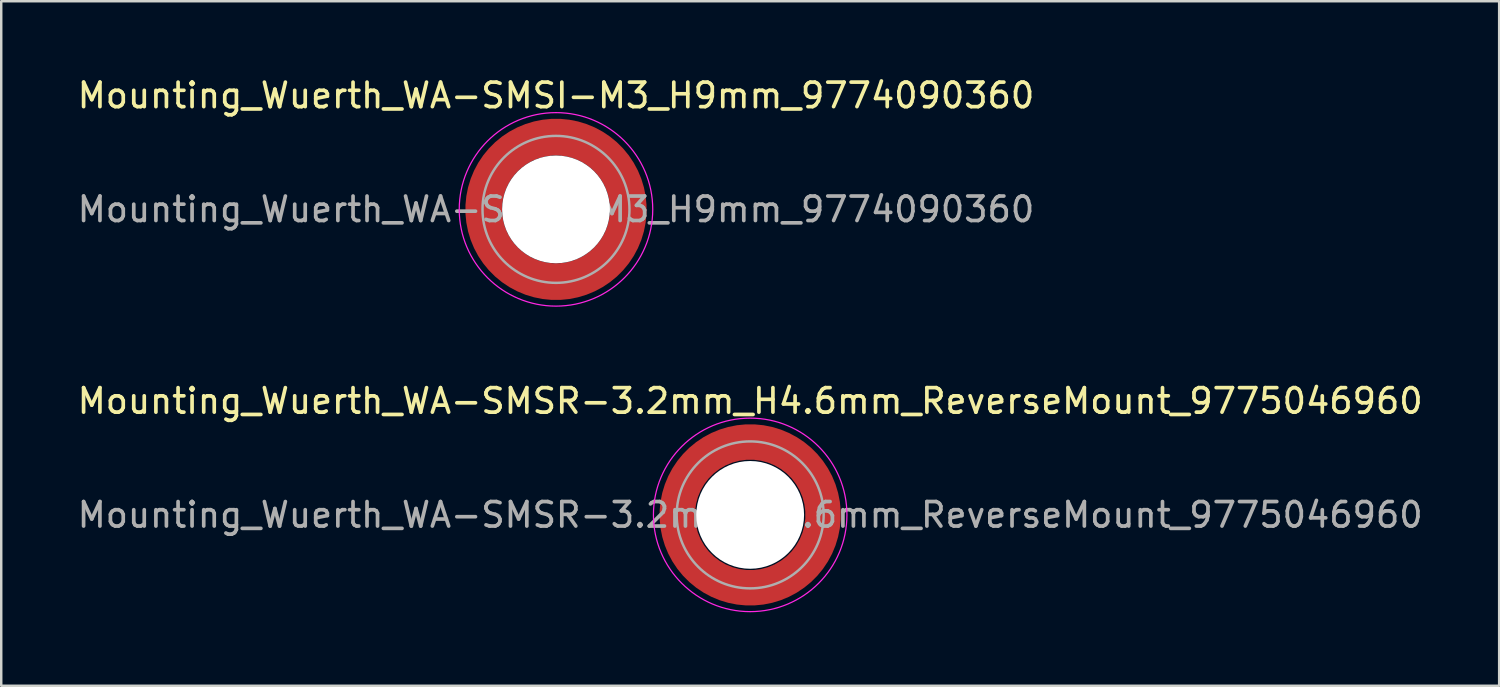
<source format=kicad_pcb>
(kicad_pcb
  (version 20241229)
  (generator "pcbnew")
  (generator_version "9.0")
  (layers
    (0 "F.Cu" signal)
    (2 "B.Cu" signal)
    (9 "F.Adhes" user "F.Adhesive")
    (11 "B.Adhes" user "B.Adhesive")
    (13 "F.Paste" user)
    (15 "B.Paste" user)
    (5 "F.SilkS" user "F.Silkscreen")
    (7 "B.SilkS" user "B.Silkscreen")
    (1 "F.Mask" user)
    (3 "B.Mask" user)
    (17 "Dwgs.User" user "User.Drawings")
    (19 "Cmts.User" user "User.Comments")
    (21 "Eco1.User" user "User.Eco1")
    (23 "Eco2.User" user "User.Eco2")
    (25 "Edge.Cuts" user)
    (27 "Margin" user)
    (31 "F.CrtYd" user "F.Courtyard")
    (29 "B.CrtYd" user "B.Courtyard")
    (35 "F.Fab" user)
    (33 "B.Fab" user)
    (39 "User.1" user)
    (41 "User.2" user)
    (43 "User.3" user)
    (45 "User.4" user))
  (footprint "Mounting_Wuerth_WA-SMSI-M3_H9mm_9774090360"
    (layer "F.Cu")
    (at 19.649 5.498)
    (property "Reference" "Mounting_Wuerth_WA-SMSI-M3_H9mm_9774090360" (at 0 -4.65 0) (layer "F.SilkS") (effects (font (size 1 1) (thickness 0.15))))
    (property "Mouser Part no." "" (at 0 0 0) (layer "F.Fab") (effects (font (size 1.27 1.27) (thickness 0.15))))
    (property "Mouser link" "" (at 0 0 0) (layer "F.Fab") (effects (font (size 1.27 1.27) (thickness 0.15))))
    (attr smd)
    (fp_circle (center 0 0) (end 3.95 0) (stroke (width 0.05) (type solid)) (fill no) (layer "F.CrtYd"))
    (fp_circle (center 0 0) (end 3 0) (stroke (width 0.1) (type solid)) (fill no) (layer "F.Fab"))
    (fp_text user "${REFERENCE}" (at 0 0 0) (layer "F.Fab") (effects (font (size 1 1) (thickness 0.15))))
    (pad "" smd custom (at -2.058 -2.058) (size 0.7 0.7) (layers "F.Paste") (options (anchor circle)) (primitives (gr_arc (start -0.377294 1.707681) (mid 0.317579 0.318817) (end 1.705947 -0.377044) (width 0.2)) (gr_arc (start -0.478281 1.707681) (mid 0.246161 0.248814) (end 1.703965 -0.477765) (width 0.2)) (gr_arc (start -0.579192 1.707681) (mid 0.175492 0.178063) (end 1.704077 -0.578711) (width 0.2)) (gr_arc (start -0.680037 1.707681) (mid 0.105568 0.106564) (end 1.706284 -0.679858) (width 0.2)) (gr_arc (start -0.780822 1.707681) (mid 0.034627 0.036085) (end 1.705634 -0.780569) (width 0.2)) (gr_arc (start -0.881554 1.707681) (mid -0.035694 -0.035016) (end 1.706729 -0.881441) (width 0.2)) (gr_arc (start -0.982237 1.707681) (mid -0.107281 -0.10485) (end 1.704266 -0.981842) (width 0.2)) (gr_arc (start -1.082877 1.707681) (mid -0.178372 -0.175181) (end 1.703197 -1.082374) (width 0.2)) (gr_arc (start -1.183476 1.707681) (mid -0.248964 -0.246008) (end 1.703525 -1.183025) (width 0.2)) (gr_arc (start -1.28404 1.707681) (mid -0.319062 -0.317333) (end 1.70525 -1.283784) (width 0.2)) (gr_line (start 1.708 -0.377) (end 1.708 -1.284) (width 0.2)) (gr_line (start -0.377 1.708) (end -1.284 1.708) (width 0.2))))
    (pad "" smd custom (at -2.058 2.058) (size 0.7 0.7) (layers "F.Paste") (options (anchor circle)) (primitives (gr_arc (start 1.707681 0.377294) (mid 0.318817 -0.317579) (end -0.377044 -1.705947) (width 0.2)) (gr_arc (start 1.707681 0.478281) (mid 0.248814 -0.246161) (end -0.477765 -1.703965) (width 0.2)) (gr_arc (start 1.707681 0.579192) (mid 0.178063 -0.175492) (end -0.578711 -1.704077) (width 0.2)) (gr_arc (start 1.707681 0.680037) (mid 0.106564 -0.105568) (end -0.679858 -1.706284) (width 0.2)) (gr_arc (start 1.707681 0.780822) (mid 0.036085 -0.034627) (end -0.780569 -1.705634) (width 0.2)) (gr_arc (start 1.707681 0.881554) (mid -0.035016 0.035694) (end -0.881441 -1.706729) (width 0.2)) (gr_arc (start 1.707681 0.982237) (mid -0.10485 0.107281) (end -0.981842 -1.704266) (width 0.2)) (gr_arc (start 1.707681 1.082877) (mid -0.175181 0.178372) (end -1.082374 -1.703197) (width 0.2)) (gr_arc (start 1.707681 1.183476) (mid -0.246008 0.248964) (end -1.183025 -1.703525) (width 0.2)) (gr_arc (start 1.707681 1.28404) (mid -0.317333 0.319062) (end -1.283784 -1.70525) (width 0.2)) (gr_line (start -0.377 -1.708) (end -1.284 -1.708) (width 0.2)) (gr_line (start 1.708 0.377) (end 1.708 1.284) (width 0.2))))
    (pad "" np_thru_hole circle (at 0 0) (size 4.4 4.4) (drill 4.4) (layers "*.Cu" "*.Mask"))
    (pad "" smd custom (at 2.058 -2.058) (size 0.7 0.7) (layers "F.Paste") (options (anchor circle)) (primitives (gr_arc (start -1.707681 -0.377294) (mid -0.318817 0.317579) (end 0.377044 1.705947) (width 0.2)) (gr_arc (start -1.707681 -0.478281) (mid -0.248814 0.246161) (end 0.477765 1.703965) (width 0.2)) (gr_arc (start -1.707681 -0.579192) (mid -0.178063 0.175492) (end 0.578711 1.704077) (width 0.2)) (gr_arc (start -1.707681 -0.680037) (mid -0.106564 0.105568) (end 0.679858 1.706284) (width 0.2)) (gr_arc (start -1.707681 -0.780822) (mid -0.036085 0.034627) (end 0.780569 1.705634) (width 0.2)) (gr_arc (start -1.707681 -0.881554) (mid 0.035016 -0.035694) (end 0.881441 1.706729) (width 0.2)) (gr_arc (start -1.707681 -0.982237) (mid 0.10485 -0.107281) (end 0.981842 1.704266) (width 0.2)) (gr_arc (start -1.707681 -1.082877) (mid 0.175181 -0.178372) (end 1.082374 1.703197) (width 0.2)) (gr_arc (start -1.707681 -1.183476) (mid 0.246008 -0.248964) (end 1.183025 1.703525) (width 0.2)) (gr_arc (start -1.707681 -1.28404) (mid 0.317333 -0.319062) (end 1.283784 1.70525) (width 0.2)) (gr_line (start 0.377 1.708) (end 1.284 1.708) (width 0.2)) (gr_line (start -1.708 -0.377) (end -1.708 -1.284) (width 0.2))))
    (pad "" smd custom (at 2.058 2.058) (size 0.7 0.7) (layers "F.Paste") (options (anchor circle)) (primitives (gr_arc (start 0.377294 -1.707681) (mid -0.317579 -0.318817) (end -1.705947 0.377044) (width 0.2)) (gr_arc (start 0.478281 -1.707681) (mid -0.246161 -0.248814) (end -1.703965 0.477765) (width 0.2)) (gr_arc (start 0.579192 -1.707681) (mid -0.175492 -0.178063) (end -1.704077 0.578711) (width 0.2)) (gr_arc (start 0.680037 -1.707681) (mid -0.105568 -0.106564) (end -1.706284 0.679858) (width 0.2)) (gr_arc (start 0.780822 -1.707681) (mid -0.034627 -0.036085) (end -1.705634 0.780569) (width 0.2)) (gr_arc (start 0.881554 -1.707681) (mid 0.035694 0.035016) (end -1.706729 0.881441) (width 0.2)) (gr_arc (start 0.982237 -1.707681) (mid 0.107281 0.10485) (end -1.704266 0.981842) (width 0.2)) (gr_arc (start 1.082877 -1.707681) (mid 0.178372 0.175181) (end -1.703197 1.082374) (width 0.2)) (gr_arc (start 1.183476 -1.707681) (mid 0.248964 0.246008) (end -1.703525 1.183025) (width 0.2)) (gr_arc (start 1.28404 -1.707681) (mid 0.319062 0.317333) (end -1.70525 1.283784) (width 0.2)) (gr_line (start -1.708 0.377) (end -1.708 1.284) (width 0.2)) (gr_line (start 0.377 -1.708) (end 1.284 -1.708) (width 0.2))))
    (pad "1" smd circle (at -2.95 0) (size 1.1 1.1) (layers "F.Cu"))
    (pad "1" smd circle (at 0 -2.95) (size 1.1 1.1) (layers "F.Cu"))
    (pad "1" smd circle (at 0 2.95) (size 1.1 1.1) (layers "F.Cu"))
    (pad "1" smd custom (at 2.95 0) (size 1.1 1.1) (layers "F.Cu" "F.Mask") (options (anchor circle)) (primitives (gr_circle (center -2.95 0) (end 0 0) (width 1.5) (fill no)))))
  (footprint "Mounting_Wuerth_WA-SMSR-3.2mm_H4.6mm_ReverseMount_9775046960"
    (layer "F.Cu")
    (at 27.577 17.971)
    (property "Reference" "Mounting_Wuerth_WA-SMSR-3.2mm_H4.6mm_ReverseMount_9775046960" (at 0 -4.65 0) (layer "F.SilkS") (effects (font (size 1 1) (thickness 0.15))))
    (property "Mouser Part no." "" (at 0 0 0) (layer "F.Fab") (effects (font (size 1.27 1.27) (thickness 0.15))))
    (property "Mouser link" "" (at 0 0 0) (layer "F.Fab") (effects (font (size 1.27 1.27) (thickness 0.15))))
    (attr smd)
    (fp_circle (center 0 0) (end 3.95 0) (stroke (width 0.05) (type solid)) (fill no) (layer "F.CrtYd"))
    (fp_circle (center 0 0) (end 3 0) (stroke (width 0.1) (type solid)) (fill no) (layer "F.Fab"))
    (fp_text user "${REFERENCE}" (at 0 0 0) (layer "F.Fab") (effects (font (size 1 1) (thickness 0.15))))
    (pad "" smd custom (at -2.095 -2.095) (size 0.945 0.945) (layers "F.Paste") (options (anchor circle)) (primitives (gr_arc (start -0.24231 1.594804) (mid 0.404104 0.405534) (end 1.592827 -0.241886) (width 0.2)) (gr_arc (start -0.3398 1.594804) (mid 0.335987 0.338711) (end 1.591031 -0.339022) (width 0.2)) (gr_arc (start -0.437132 1.594804) (mid 0.268952 0.270807) (end 1.592231 -0.436623) (width 0.2)) (gr_arc (start -0.534324 1.594804) (mid 0.201345 0.203474) (end 1.591846 -0.53376) (width 0.2)) (gr_arc (start -0.631391 1.594804) (mid 0.134696 0.135183) (end 1.594126 -0.631267) (width 0.2)) (gr_arc (start -0.728345 1.594804) (mid 0.067234 0.067705) (end 1.594149 -0.728229) (width 0.2)) (gr_arc (start -0.825197 1.594804) (mid -0.001218 0.001219) (end 1.591408 -0.824614) (width 0.2)) (gr_arc (start -0.921958 1.594804) (mid -0.068952 -0.065985) (end 1.590665 -0.921269) (width 0.2)) (gr_arc (start -1.018637 1.594804) (mid -0.135972 -0.133907) (end 1.59192 -1.018172) (width 0.2)) (gr_arc (start -1.115239 1.594804) (mid -0.20428 -0.200537) (end 1.589574 -1.11442) (width 0.2)) (gr_arc (start -1.211773 1.594804) (mid -0.26993 -0.269828) (end 1.594662 -1.211751) (width 0.2)) (gr_arc (start -1.308244 1.594804) (mid -0.33911 -0.335587) (end 1.589875 -1.307516) (width 0.2)) (gr_arc (start -1.404657 1.594804) (mid -0.405633 -0.404004) (end 1.592524 -1.404331) (width 0.2)) (gr_arc (start -1.404657 1.594804) (mid -0.405633 -0.404004) (end 1.592524 -1.404331) (width 0.2)) (gr_line (start 1.595 -0.242) (end 1.595 -1.405) (width 0.2)) (gr_line (start -0.242 1.595) (end -1.405 1.595) (width 0.2))))
    (pad "" smd custom (at -2.095 2.095) (size 0.945 0.945) (layers "F.Paste") (options (anchor circle)) (primitives (gr_arc (start 1.594804 0.24231) (mid 0.405534 -0.404104) (end -0.241886 -1.592827) (width 0.2)) (gr_arc (start 1.594804 0.3398) (mid 0.338711 -0.335987) (end -0.339022 -1.591031) (width 0.2)) (gr_arc (start 1.594804 0.437132) (mid 0.270807 -0.268952) (end -0.436623 -1.592231) (width 0.2)) (gr_arc (start 1.594804 0.534324) (mid 0.203474 -0.201345) (end -0.53376 -1.591846) (width 0.2)) (gr_arc (start 1.594804 0.631391) (mid 0.135183 -0.134696) (end -0.631267 -1.594126) (width 0.2)) (gr_arc (start 1.594804 0.728345) (mid 0.067705 -0.067234) (end -0.728229 -1.594149) (width 0.2)) (gr_arc (start 1.594804 0.825197) (mid 0.001219 0.001218) (end -0.824614 -1.591408) (width 0.2)) (gr_arc (start 1.594804 0.921958) (mid -0.065985 0.068952) (end -0.921269 -1.590665) (width 0.2)) (gr_arc (start 1.594804 1.018637) (mid -0.133907 0.135972) (end -1.018172 -1.59192) (width 0.2)) (gr_arc (start 1.594804 1.115239) (mid -0.200537 0.20428) (end -1.11442 -1.589574) (width 0.2)) (gr_arc (start 1.594804 1.211773) (mid -0.269828 0.26993) (end -1.211751 -1.594662) (width 0.2)) (gr_arc (start 1.594804 1.308244) (mid -0.335587 0.33911) (end -1.307516 -1.589875) (width 0.2)) (gr_arc (start 1.594804 1.404657) (mid -0.404004 0.405633) (end -1.404331 -1.592524) (width 0.2)) (gr_arc (start 1.594804 1.404657) (mid -0.404004 0.405633) (end -1.404331 -1.592524) (width 0.2)) (gr_line (start -0.242 -1.595) (end -1.405 -1.595) (width 0.2)) (gr_line (start 1.595 0.242) (end 1.595 1.405) (width 0.2))))
    (pad "" np_thru_hole circle (at 0 0) (size 4.4 4.4) (drill 4.4) (layers "*.Cu" "*.Mask"))
    (pad "" smd custom (at 2.095 -2.095) (size 0.945 0.945) (layers "F.Paste") (options (anchor circle)) (primitives (gr_arc (start -1.594804 -0.24231) (mid -0.405534 0.404104) (end 0.241886 1.592827) (width 0.2)) (gr_arc (start -1.594804 -0.3398) (mid -0.338711 0.335987) (end 0.339022 1.591031) (width 0.2)) (gr_arc (start -1.594804 -0.437132) (mid -0.270807 0.268952) (end 0.436623 1.592231) (width 0.2)) (gr_arc (start -1.594804 -0.534324) (mid -0.203474 0.201345) (end 0.53376 1.591846) (width 0.2)) (gr_arc (start -1.594804 -0.631391) (mid -0.135183 0.134696) (end 0.631267 1.594126) (width 0.2)) (gr_arc (start -1.594804 -0.728345) (mid -0.067705 0.067234) (end 0.728229 1.594149) (width 0.2)) (gr_arc (start -1.594804 -0.825197) (mid -0.001219 -0.001218) (end 0.824614 1.591408) (width 0.2)) (gr_arc (start -1.594804 -0.921958) (mid 0.065985 -0.068952) (end 0.921269 1.590665) (width 0.2)) (gr_arc (start -1.594804 -1.018637) (mid 0.133907 -0.135972) (end 1.018172 1.59192) (width 0.2)) (gr_arc (start -1.594804 -1.115239) (mid 0.200537 -0.20428) (end 1.11442 1.589574) (width 0.2)) (gr_arc (start -1.594804 -1.211773) (mid 0.269828 -0.26993) (end 1.211751 1.594662) (width 0.2)) (gr_arc (start -1.594804 -1.308244) (mid 0.335587 -0.33911) (end 1.307516 1.589875) (width 0.2)) (gr_arc (start -1.594804 -1.404657) (mid 0.404004 -0.405633) (end 1.404331 1.592524) (width 0.2)) (gr_arc (start -1.594804 -1.404657) (mid 0.404004 -0.405633) (end 1.404331 1.592524) (width 0.2)) (gr_line (start 0.242 1.595) (end 1.405 1.595) (width 0.2)) (gr_line (start -1.595 -0.242) (end -1.595 -1.405) (width 0.2))))
    (pad "" smd custom (at 2.095 2.095) (size 0.945 0.945) (layers "F.Paste") (options (anchor circle)) (primitives (gr_arc (start 0.24231 -1.594804) (mid -0.404104 -0.405534) (end -1.592827 0.241886) (width 0.2)) (gr_arc (start 0.3398 -1.594804) (mid -0.335987 -0.338711) (end -1.591031 0.339022) (width 0.2)) (gr_arc (start 0.437132 -1.594804) (mid -0.268952 -0.270807) (end -1.592231 0.436623) (width 0.2)) (gr_arc (start 0.534324 -1.594804) (mid -0.201345 -0.203474) (end -1.591846 0.53376) (width 0.2)) (gr_arc (start 0.631391 -1.594804) (mid -0.134696 -0.135183) (end -1.594126 0.631267) (width 0.2)) (gr_arc (start 0.728345 -1.594804) (mid -0.067234 -0.067705) (end -1.594149 0.728229) (width 0.2)) (gr_arc (start 0.825197 -1.594804) (mid 0.001218 -0.001219) (end -1.591408 0.824614) (width 0.2)) (gr_arc (start 0.921958 -1.594804) (mid 0.068952 0.065985) (end -1.590665 0.921269) (width 0.2)) (gr_arc (start 1.018637 -1.594804) (mid 0.135972 0.133907) (end -1.59192 1.018172) (width 0.2)) (gr_arc (start 1.115239 -1.594804) (mid 0.20428 0.200537) (end -1.589574 1.11442) (width 0.2)) (gr_arc (start 1.211773 -1.594804) (mid 0.26993 0.269828) (end -1.594662 1.211751) (width 0.2)) (gr_arc (start 1.308244 -1.594804) (mid 0.33911 0.335587) (end -1.589875 1.307516) (width 0.2)) (gr_arc (start 1.404657 -1.594804) (mid 0.405633 0.404004) (end -1.592524 1.404331) (width 0.2)) (gr_arc (start 1.404657 -1.594804) (mid 0.405633 0.404004) (end -1.592524 1.404331) (width 0.2)) (gr_line (start -1.595 0.242) (end -1.595 1.405) (width 0.2)) (gr_line (start 0.242 -1.595) (end 1.405 -1.595) (width 0.2))))
    (pad "1" smd circle (at -2.975 0) (size 1.05 1.05) (layers "F.Cu"))
    (pad "1" smd circle (at 0 -2.975) (size 1.05 1.05) (layers "F.Cu"))
    (pad "1" smd circle (at 0 2.975) (size 1.05 1.05) (layers "F.Cu"))
    (pad "1" smd custom (at 2.975 0) (size 1.05 1.05) (layers "F.Cu" "F.Mask") (options (anchor circle)) (primitives (gr_circle (center -2.975 0) (end 0 0) (width 1.45) (fill no)))))
  (gr_rect
    (start -3 -3)
    (end 58.155 24.947)
    (stroke (width 0.1) (type default))
    (fill no)
    (layer "Edge.Cuts")))
</source>
